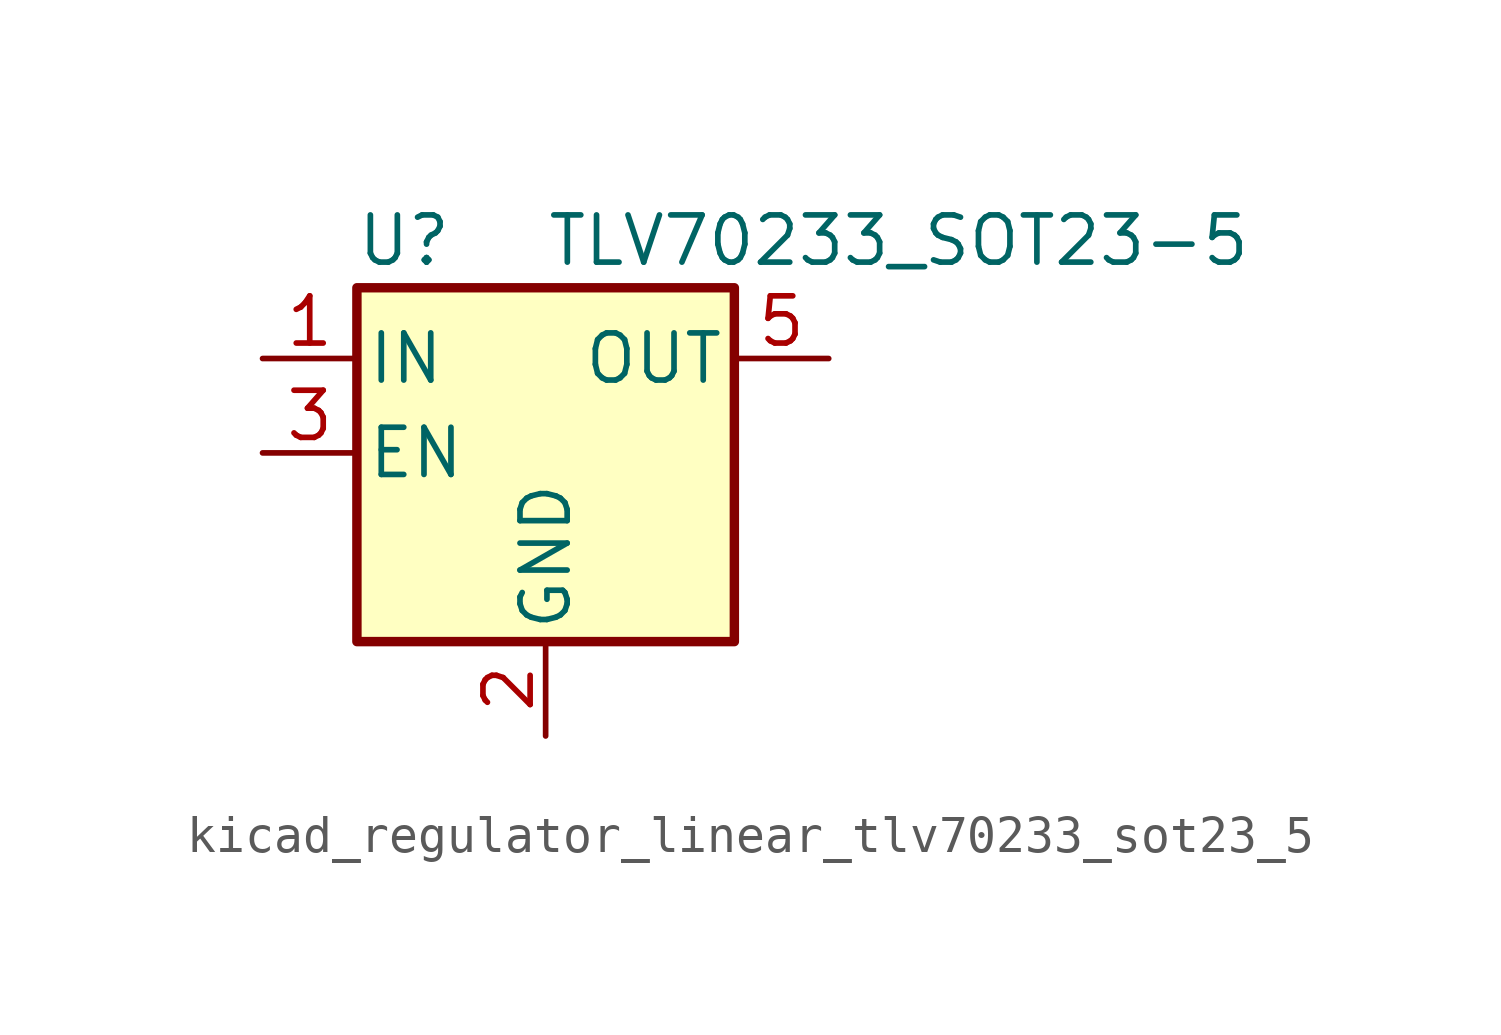
<source format=kicad_sym>
(kicad_symbol_lib
  (version 20220914)
  (generator kicad_symbol_editor)
  (symbol "kicad_regulator_linear_tlv70233_sot23_5"
    (pin_names
      (offset 0.254))
    (property "Reference" "U"
      (at -3.81 5.715 0)
      (effects (font (size 1.27 1.27))))
    (property "Value" "TLV70233_SOT23-5"
      (at 0 5.715 0)
      (effects (font (size 1.27 1.27)) (justify left)))
    (symbol "kicad_regulator_linear_tlv70233_sot23_5_0_1"
      (rectangle (start -5.08 4.445) (end 5.08 -5.08) (stroke (width 0.254) (type default)) (fill (type background))))
    (symbol "kicad_regulator_linear_tlv70233_sot23_5_1_1"
      (pin power_in line (at -7.62 2.54 0) (length 2.54) (name "IN" (effects (font (size 1.27 1.27)))) (number "1" (effects (font (size 1.27 1.27)))))
      (pin power_in line (at 0 -7.62 90) (length 2.54) (name "GND" (effects (font (size 1.27 1.27)))) (number "2" (effects (font (size 1.27 1.27)))))
      (pin input line (at -7.62 0 0) (length 2.54) (name "EN" (effects (font (size 1.27 1.27)))) (number "3" (effects (font (size 1.27 1.27)))))
      (pin no_connect line (at 5.08 0 180) (length 2.54) hide (name "NC" (effects (font (size 1.27 1.27)))) (number "4" (effects (font (size 1.27 1.27)))))
      (pin power_out line (at 7.62 2.54 180) (length 2.54) (name "OUT" (effects (font (size 1.27 1.27)))) (number "5" (effects (font (size 1.27 1.27))))))))
</source>
